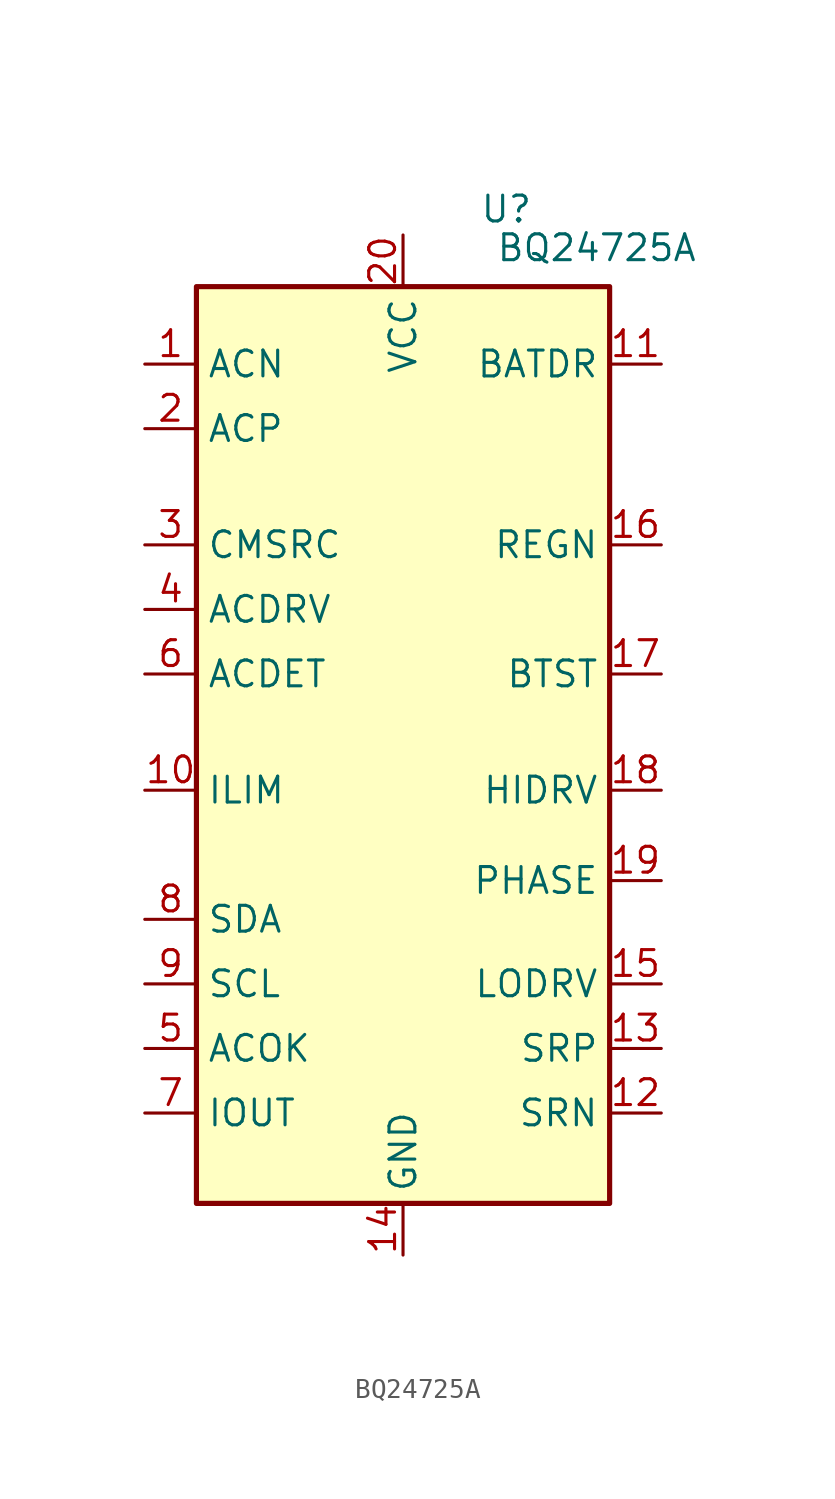
<source format=kicad_sym>
(kicad_symbol_lib
  (version 20220914)
  (generator kicad_symbol_editor)
  (symbol "BQ24725A"
    (property "Reference" "U"
      (at 5.08 -3.81 0)
      (effects (font (size 1.27 1.27))))
    (property "Value" "BQ24725A"
      (at 9.525 -5.715 0)
      (effects (font (size 1.27 1.27))))
    (symbol "BQ24725A_0_1"
      (rectangle (start -10.16 -7.62) (end 10.16 -52.705) (stroke (width 0.254) (type default)) (fill (type background))))
    (symbol "BQ24725A_1_1"
      (pin input line (at -12.7 -11.43 0) (length 2.54) (name "ACN" (effects (font (size 1.27 1.27)))) (number "1" (effects (font (size 1.27 1.27)))))
      (pin input line (at -12.7 -32.385 0) (length 2.54) (name "ILIM" (effects (font (size 1.27 1.27)))) (number "10" (effects (font (size 1.27 1.27)))))
      (pin input line (at 12.7 -11.43 180) (length 2.54) (name "BATDR" (effects (font (size 1.27 1.27)))) (number "11" (effects (font (size 1.27 1.27)))))
      (pin input line (at 12.7 -48.26 180) (length 2.54) (name "SRN" (effects (font (size 1.27 1.27)))) (number "12" (effects (font (size 1.27 1.27)))))
      (pin input line (at 12.7 -45.085 180) (length 2.54) (name "SRP" (effects (font (size 1.27 1.27)))) (number "13" (effects (font (size 1.27 1.27)))))
      (pin input line (at 0 -55.245 90) (length 2.54) (name "GND" (effects (font (size 1.27 1.27)))) (number "14" (effects (font (size 1.27 1.27)))))
      (pin input line (at 12.7 -41.91 180) (length 2.54) (name "LODRV" (effects (font (size 1.27 1.27)))) (number "15" (effects (font (size 1.27 1.27)))))
      (pin input line (at 12.7 -20.32 180) (length 2.54) (name "REGN" (effects (font (size 1.27 1.27)))) (number "16" (effects (font (size 1.27 1.27)))))
      (pin input line (at 12.7 -26.67 180) (length 2.54) (name "BTST" (effects (font (size 1.27 1.27)))) (number "17" (effects (font (size 1.27 1.27)))))
      (pin input line (at 12.7 -32.385 180) (length 2.54) (name "HIDRV" (effects (font (size 1.27 1.27)))) (number "18" (effects (font (size 1.27 1.27)))))
      (pin input line (at 12.7 -36.83 180) (length 2.54) (name "PHASE" (effects (font (size 1.27 1.27)))) (number "19" (effects (font (size 1.27 1.27)))))
      (pin input line (at -12.7 -14.605 0) (length 2.54) (name "ACP" (effects (font (size 1.27 1.27)))) (number "2" (effects (font (size 1.27 1.27)))))
      (pin input line (at 0 -5.08 270) (length 2.54) (name "VCC" (effects (font (size 1.27 1.27)))) (number "20" (effects (font (size 1.27 1.27)))))
      (pin passive line (at 0 -55.245 90) (length 2.54) hide (name "GND-PAD" (effects (font (size 1.27 1.27)))) (number "21" (effects (font (size 1.27 1.27)))))
      (pin input line (at -12.7 -20.32 0) (length 2.54) (name "CMSRC" (effects (font (size 1.27 1.27)))) (number "3" (effects (font (size 1.27 1.27)))))
      (pin input line (at -12.7 -23.495 0) (length 2.54) (name "ACDRV" (effects (font (size 1.27 1.27)))) (number "4" (effects (font (size 1.27 1.27)))))
      (pin input line (at -12.7 -45.085 0) (length 2.54) (name "ACOK" (effects (font (size 1.27 1.27)))) (number "5" (effects (font (size 1.27 1.27)))))
      (pin input line (at -12.7 -26.67 0) (length 2.54) (name "ACDET" (effects (font (size 1.27 1.27)))) (number "6" (effects (font (size 1.27 1.27)))))
      (pin input line (at -12.7 -48.26 0) (length 2.54) (name "IOUT" (effects (font (size 1.27 1.27)))) (number "7" (effects (font (size 1.27 1.27)))))
      (pin input line (at -12.7 -38.735 0) (length 2.54) (name "SDA" (effects (font (size 1.27 1.27)))) (number "8" (effects (font (size 1.27 1.27)))))
      (pin input line (at -12.7 -41.91 0) (length 2.54) (name "SCL" (effects (font (size 1.27 1.27)))) (number "9" (effects (font (size 1.27 1.27))))))))
</source>
